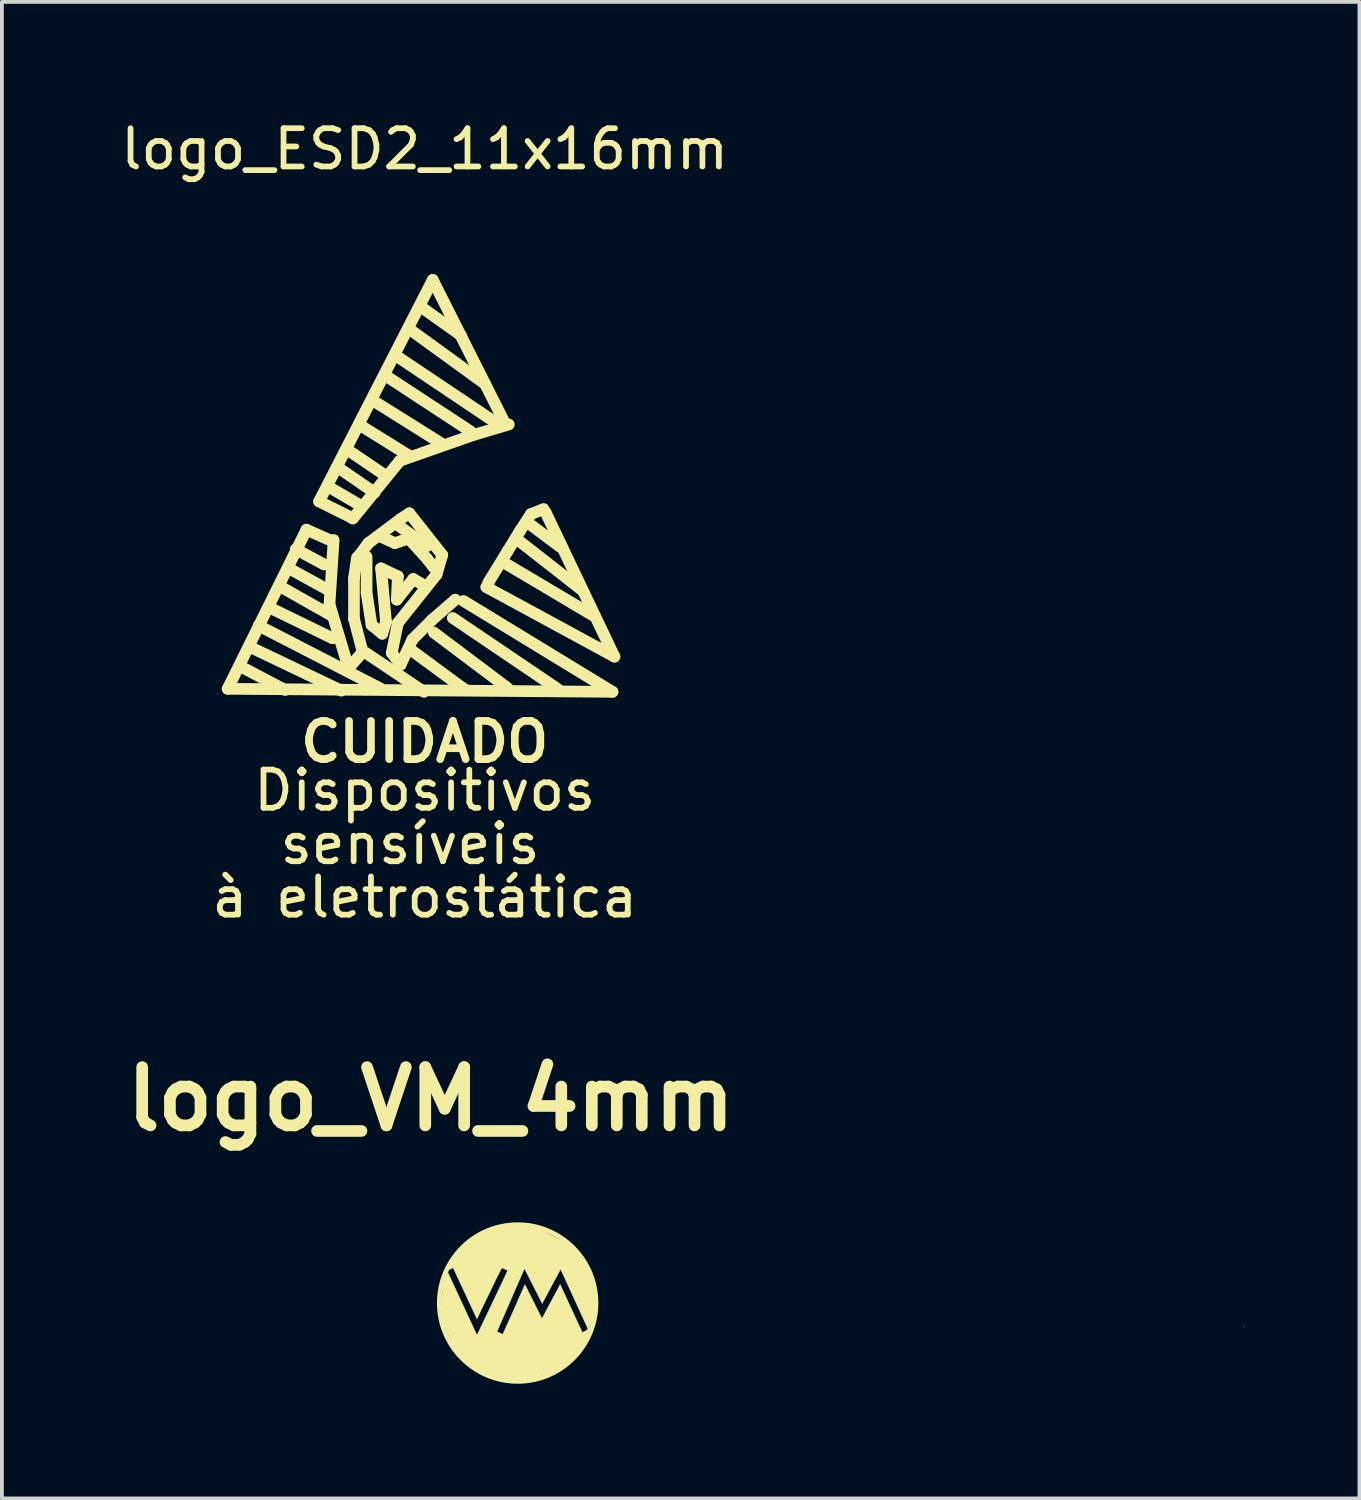
<source format=kicad_pcb>
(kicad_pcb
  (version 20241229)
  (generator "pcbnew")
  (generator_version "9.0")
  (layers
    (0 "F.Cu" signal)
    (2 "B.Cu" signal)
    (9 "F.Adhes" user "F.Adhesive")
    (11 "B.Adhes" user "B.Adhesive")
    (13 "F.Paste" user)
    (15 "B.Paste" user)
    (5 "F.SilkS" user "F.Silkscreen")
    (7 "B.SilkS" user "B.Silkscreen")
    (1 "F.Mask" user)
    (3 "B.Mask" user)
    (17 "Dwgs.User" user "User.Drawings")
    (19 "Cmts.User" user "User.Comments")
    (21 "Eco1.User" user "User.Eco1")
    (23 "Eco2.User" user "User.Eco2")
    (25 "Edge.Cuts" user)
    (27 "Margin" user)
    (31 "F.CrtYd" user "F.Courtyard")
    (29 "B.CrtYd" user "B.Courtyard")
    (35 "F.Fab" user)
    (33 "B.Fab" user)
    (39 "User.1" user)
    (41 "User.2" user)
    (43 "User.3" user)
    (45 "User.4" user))
  (footprint "logo_ESD2_11x16mm"
    (layer "F.Cu")
    (at 8.054 11.648)
    (property "Reference" "logo_ESD2_11x16mm" (at 0 -10.8 0) (layer "F.SilkS") (effects (font (size 1 1) (thickness 0.15))))
    (attr exclude_from_pos_files exclude_from_bom)
    (fp_line (start -2.41 1.991) (end -2.38 1.991) (stroke (width 0.305) (type solid)) (layer "F.Cu"))
    (fp_line (start -1.9 -1.158) (end -1.869 -1.158) (stroke (width 0.305) (type solid)) (layer "F.Cu"))
    (fp_line (start -1.77 -0.119) (end -1.72 -0.168) (stroke (width 0.305) (type solid)) (layer "F.Cu"))
    (fp_line (start -1.311 -1.819) (end -1.311 -1.839) (stroke (width 0.305) (type solid)) (layer "F.Cu"))
    (fp_line (start -0.45 -2.809) (end -0.419 -2.809) (stroke (width 0.305) (type solid)) (layer "F.Cu"))
    (fp_line (start 1.021 3.312) (end 1.049 3.312) (stroke (width 0.305) (type solid)) (layer "F.Cu"))
    (fp_line (start 1.61 0.653) (end 1.679 0.622) (stroke (width 0.305) (type solid)) (layer "F.Cu"))
    (fp_line (start -5.151 3.312) (end 4.91 3.391) (stroke (width 0.305) (type solid)) (layer "F.SilkS"))
    (fp_line (start -4.77 2.751) (end -3.65 3.343) (stroke (width 0.305) (type solid)) (layer "F.SilkS"))
    (fp_line (start -4.559 2.223) (end -2.179 3.36) (stroke (width 0.305) (type solid)) (layer "F.SilkS"))
    (fp_line (start -4.341 1.661) (end -1.14 3.312) (stroke (width 0.305) (type solid)) (layer "F.SilkS"))
    (fp_line (start -4.031 1.201) (end -2.41 1.991) (stroke (width 0.305) (type solid)) (layer "F.SilkS"))
    (fp_line (start -3.749 0.653) (end -2.461 1.382) (stroke (width 0.305) (type solid)) (layer "F.SilkS"))
    (fp_line (start -3.551 0.163) (end -2.479 0.752) (stroke (width 0.305) (type solid)) (layer "F.SilkS"))
    (fp_line (start -3.371 -0.338) (end -2.629 0.061) (stroke (width 0.305) (type solid)) (layer "F.SilkS"))
    (fp_line (start -3.091 -0.848) (end -5.151 3.312) (stroke (width 0.305) (type solid)) (layer "F.SilkS"))
    (fp_line (start -2.761 -1.587) (end -1.9 -1.158) (stroke (width 0.305) (type solid)) (layer "F.SilkS"))
    (fp_line (start -2.51 -1.968) (end -1.689 -1.488) (stroke (width 0.305) (type solid)) (layer "F.SilkS"))
    (fp_line (start -2.489 1.102) (end -1.991 2.771) (stroke (width 0.305) (type solid)) (layer "F.SilkS"))
    (fp_line (start -2.461 -0.569) (end -3.091 -0.848) (stroke (width 0.305) (type solid)) (layer "F.SilkS"))
    (fp_line (start -2.38 -0.579) (end -2.489 1.102) (stroke (width 0.305) (type solid)) (layer "F.SilkS"))
    (fp_line (start -2.23 -2.449) (end -1.311 -1.819) (stroke (width 0.305) (type solid)) (layer "F.SilkS"))
    (fp_line (start -2.05 -2.959) (end -1.031 -2.268) (stroke (width 0.305) (type solid)) (layer "F.SilkS"))
    (fp_line (start -1.991 2.771) (end -1.621 2.352) (stroke (width 0.305) (type solid)) (layer "F.SilkS"))
    (fp_line (start -1.849 0.422) (end -1.77 -0.119) (stroke (width 0.305) (type solid)) (layer "F.SilkS"))
    (fp_line (start -1.849 1.481) (end -1.849 0.422) (stroke (width 0.305) (type solid)) (layer "F.SilkS"))
    (fp_line (start -1.72 -3.599) (end -0.45 -2.809) (stroke (width 0.305) (type solid)) (layer "F.SilkS"))
    (fp_line (start -1.72 -0.168) (end -1.471 -0.498) (stroke (width 0.305) (type solid)) (layer "F.SilkS"))
    (fp_line (start -1.621 2.352) (end -1.849 1.481) (stroke (width 0.305) (type solid)) (layer "F.SilkS"))
    (fp_line (start -1.539 2.372) (end -0.02 3.391) (stroke (width 0.305) (type solid)) (layer "F.SilkS"))
    (fp_line (start -1.519 -0.14) (end -1.519 0.803) (stroke (width 0.305) (type solid)) (layer "F.SilkS"))
    (fp_line (start -1.519 0.803) (end -1.389 1.641) (stroke (width 0.305) (type solid)) (layer "F.SilkS"))
    (fp_line (start -1.471 -0.498) (end -0.63 -1.128) (stroke (width 0.305) (type solid)) (layer "F.SilkS"))
    (fp_line (start -1.389 1.641) (end -1.11 1.872) (stroke (width 0.305) (type solid)) (layer "F.SilkS"))
    (fp_line (start -1.359 -4.229) (end 0.46 -3.089) (stroke (width 0.305) (type solid)) (layer "F.SilkS"))
    (fp_line (start -1.14 0.163) (end -0.701 0.371) (stroke (width 0.305) (type solid)) (layer "F.SilkS"))
    (fp_line (start -1.11 -0.648) (end -0.78 -0.498) (stroke (width 0.305) (type solid)) (layer "F.SilkS"))
    (fp_line (start -1.11 1.872) (end -1.011 1.562) (stroke (width 0.305) (type solid)) (layer "F.SilkS"))
    (fp_line (start -1.011 -4.869) (end 1.199 -3.419) (stroke (width 0.305) (type solid)) (layer "F.SilkS"))
    (fp_line (start -1.011 1.562) (end -1.14 0.163) (stroke (width 0.305) (type solid)) (layer "F.SilkS"))
    (fp_line (start -0.861 2.372) (end -0.63 2.682) (stroke (width 0.305) (type solid)) (layer "F.SilkS"))
    (fp_line (start -0.78 -0.498) (end -0.419 -0.617) (stroke (width 0.305) (type solid)) (layer "F.SilkS"))
    (fp_line (start -0.749 -5.397) (end 1.859 -3.647) (stroke (width 0.305) (type solid)) (layer "F.SilkS"))
    (fp_line (start -0.729 0.98) (end -0.3 0.442) (stroke (width 0.305) (type solid)) (layer "F.SilkS"))
    (fp_line (start -0.701 0.371) (end -0.729 0.98) (stroke (width 0.305) (type solid)) (layer "F.SilkS"))
    (fp_line (start -0.701 1.593) (end -0.861 2.372) (stroke (width 0.305) (type solid)) (layer "F.SilkS"))
    (fp_line (start -0.65 -2.649) (end -1.88 -1.138) (stroke (width 0.305) (type solid)) (layer "F.SilkS"))
    (fp_line (start -0.65 -0.93) (end 0.061 -0.419) (stroke (width 0.305) (type solid)) (layer "F.SilkS"))
    (fp_line (start -0.63 -1.128) (end -0.401 -1.278) (stroke (width 0.305) (type solid)) (layer "F.SilkS"))
    (fp_line (start -0.63 2.682) (end -0.32 2.022) (stroke (width 0.305) (type solid)) (layer "F.SilkS"))
    (fp_line (start -0.419 -0.617) (end 0.061 -0.089) (stroke (width 0.305) (type solid)) (layer "F.SilkS"))
    (fp_line (start -0.401 -1.278) (end 0.46 -0.188) (stroke (width 0.305) (type solid)) (layer "F.SilkS"))
    (fp_line (start -0.351 -6.058) (end 1.58 -4.658) (stroke (width 0.305) (type solid)) (layer "F.SilkS"))
    (fp_line (start -0.351 2.301) (end 1.021 3.312) (stroke (width 0.305) (type solid)) (layer "F.SilkS"))
    (fp_line (start -0.32 2.022) (end 0.191 1.511) (stroke (width 0.305) (type solid)) (layer "F.SilkS"))
    (fp_line (start -0.3 0.442) (end -0.071 0.572) (stroke (width 0.305) (type solid)) (layer "F.SilkS"))
    (fp_line (start -0.089 -6.668) (end 0.95 -5.928) (stroke (width 0.305) (type solid)) (layer "F.SilkS"))
    (fp_line (start 0.061 -0.089) (end 0.239 0.142) (stroke (width 0.305) (type solid)) (layer "F.SilkS"))
    (fp_line (start 0.191 1.511) (end 0.8 0.98) (stroke (width 0.305) (type solid)) (layer "F.SilkS"))
    (fp_line (start 0.211 -7.379) (end -2.761 -1.587) (stroke (width 0.305) (type solid)) (layer "F.SilkS"))
    (fp_line (start 0.239 1.841) (end 2.169 3.292) (stroke (width 0.305) (type solid)) (layer "F.SilkS"))
    (fp_line (start 0.31 0.323) (end -0.701 1.593) (stroke (width 0.305) (type solid)) (layer "F.SilkS"))
    (fp_line (start 0.46 -0.188) (end 0.31 0.323) (stroke (width 0.305) (type solid)) (layer "F.SilkS"))
    (fp_line (start 0.734 1.46) (end 3.472 3.312) (stroke (width 0.305) (type solid)) (layer "F.SilkS"))
    (fp_line (start 1.25 -3.317) (end -0.65 -2.649) (stroke (width 0.305) (type solid)) (layer "F.SilkS"))
    (fp_line (start 1.659 0.541) (end 2.169 -0.29) (stroke (width 0.305) (type solid)) (layer "F.SilkS"))
    (fp_line (start 2.09 -3.647) (end 0.211 -7.379) (stroke (width 0.305) (type solid)) (layer "F.SilkS"))
    (fp_line (start 2.121 0.041) (end 4.379 1.382) (stroke (width 0.305) (type solid)) (layer "F.SilkS"))
    (fp_line (start 2.169 -0.29) (end 2.499 -0.828) (stroke (width 0.305) (type solid)) (layer "F.SilkS"))
    (fp_line (start 2.2 -3.599) (end 1.25 -3.317) (stroke (width 0.305) (type solid)) (layer "F.SilkS"))
    (fp_line (start 2.451 -0.569) (end 4.1 0.721) (stroke (width 0.305) (type solid)) (layer "F.SilkS"))
    (fp_line (start 2.499 -0.828) (end 2.779 -1.257) (stroke (width 0.305) (type solid)) (layer "F.SilkS"))
    (fp_line (start 2.7 -1.029) (end 3.541 -0.399) (stroke (width 0.305) (type solid)) (layer "F.SilkS"))
    (fp_line (start 2.779 -1.257) (end 3.109 -1.389) (stroke (width 0.305) (type solid)) (layer "F.SilkS"))
    (fp_line (start 3.16 -1.308) (end 4.961 2.471) (stroke (width 0.305) (type solid)) (layer "F.SilkS"))
    (fp_line (start 4.91 3.391) (end 1.016 1.016) (stroke (width 0.305) (type solid)) (layer "F.SilkS"))
    (fp_line (start 4.961 2.471) (end 1.61 0.653) (stroke (width 0.305) (type solid)) (layer "F.SilkS"))
    (fp_text user "Dispositivos" (at 0 5.969 0) (layer "F.SilkS") (effects (font (size 1 1) (thickness 0.15))))
    (fp_text user "sensíveis " (at 0 7.366 0) (layer "F.SilkS") (effects (font (size 1 1) (thickness 0.15))))
    (fp_text user "CUIDADO" (at 0 4.699 0) (layer "F.SilkS") (effects (font (size 1 1) (thickness 0.2))))
    (fp_text user "à eletrostática" (at 0 8.763 0) (layer "F.SilkS") (effects (font (size 1 1) (thickness 0.15)))))
  (footprint "logo_VM_4mm"
    (layer "F.Cu")
    (at 8.215 28.734)
    (property "Reference" "logo_VM_4mm" (at 0 -3.048 0) (layer "F.SilkS") (effects (font (size 1.524 1.524) (thickness 0.305))))
    (attr exclude_from_pos_files exclude_from_bom)
    (fp_line (start 0.247 1.89) (end 0.605 3.443) (stroke (width 0.031) (type solid)) (layer "F.SilkS"))
    (fp_line (start 0.305 2.184) (end 0.356 2.769) (stroke (width 0.12) (type solid)) (layer "F.SilkS"))
    (fp_line (start 0.356 1.778) (end 0.356 2.134) (stroke (width 0.12) (type solid)) (layer "F.SilkS"))
    (fp_line (start 0.356 2.134) (end 0.305 2.184) (stroke (width 0.12) (type solid)) (layer "F.SilkS"))
    (fp_line (start 0.356 2.769) (end 0.686 3.454) (stroke (width 0.12) (type solid)) (layer "F.SilkS"))
    (fp_line (start 0.381 2.667) (end 1.041 3.835) (stroke (width 0.12) (type solid)) (layer "F.SilkS"))
    (fp_line (start 0.406 2.159) (end 0.508 2.946) (stroke (width 0.12) (type solid)) (layer "F.SilkS"))
    (fp_line (start 0.508 2.946) (end 0.381 2.667) (stroke (width 0.12) (type solid)) (layer "F.SilkS"))
    (fp_line (start 0.605 3.443) (end 1.957 4.287) (stroke (width 0.031) (type solid)) (layer "F.SilkS"))
    (fp_line (start 0.686 3.454) (end 0.406 2.159) (stroke (width 0.12) (type solid)) (layer "F.SilkS"))
    (fp_line (start 1.041 3.835) (end 1.422 4.039) (stroke (width 0.12) (type solid)) (layer "F.SilkS"))
    (fp_line (start 1.422 4.039) (end 1.676 4.115) (stroke (width 0.12) (type solid)) (layer "F.SilkS"))
    (fp_line (start 1.676 4.115) (end 1.905 4.216) (stroke (width 0.12) (type solid)) (layer "F.SilkS"))
    (fp_line (start 1.803 0.356) (end 1.346 0.483) (stroke (width 0.12) (type solid)) (layer "F.SilkS"))
    (fp_line (start 1.905 4.216) (end 1.981 4.242) (stroke (width 0.12) (type solid)) (layer "F.SilkS"))
    (fp_line (start 1.957 4.287) (end 3.51 3.928) (stroke (width 0.031) (type solid)) (layer "F.SilkS"))
    (fp_line (start 1.981 4.242) (end 1.549 4.115) (stroke (width 0.12) (type solid)) (layer "F.SilkS"))
    (fp_line (start 2.235 0.305) (end 1.803 0.356) (stroke (width 0.12) (type solid)) (layer "F.SilkS"))
    (fp_line (start 2.997 4.089) (end 2.692 4.191) (stroke (width 0.12) (type solid)) (layer "F.SilkS"))
    (fp_line (start 3.327 3.962) (end 2.997 4.089) (stroke (width 0.12) (type solid)) (layer "F.SilkS"))
    (fp_line (start 3.454 3.861) (end 3.327 3.962) (stroke (width 0.12) (type solid)) (layer "F.SilkS"))
    (fp_line (start 3.835 1.092) (end 4.039 1.397) (stroke (width 0.12) (type solid)) (layer "F.SilkS"))
    (fp_line (start 3.835 3.48) (end 4.166 2.972) (stroke (width 0.12) (type solid)) (layer "F.SilkS"))
    (fp_line (start 4.039 1.397) (end 4.166 1.778) (stroke (width 0.12) (type solid)) (layer "F.SilkS"))
    (fp_line (start 4.166 1.778) (end 4.166 1.829) (stroke (width 0.12) (type solid)) (layer "F.SilkS"))
    (fp_circle (center 2.27 2.286) (end 2.54 0.254) (stroke (width 0.12) (type solid)) (fill no) (layer "F.SilkS"))
    (fp_poly (pts (xy 21.256 2.915) (xy 21.261 2.894) (xy 21.28 2.935) (xy 21.256 2.915)) (stroke (width 0) (type solid)) (fill yes) (layer "F.SilkS"))
    (fp_poly (pts (xy 2.113 4.316) (xy 2.174 2.453) (xy 2.46 1.803) (xy 2.683 2.247) (xy 2.905 2.692) (xy 3.143 2.247) (xy 3.381 1.802) (xy 3.67 2.427) (xy 3.96 3.053) (xy 4.039 3.021) (xy 4.115 2.975) (xy 3.394 1.401) (xy 3.152 1.847) (xy 2.911 2.298) (xy 2.679 1.838) (xy 2.448 1.383) (xy 1.728 3.036) (xy 1.881 3.103) (xy 2.174 2.453) (xy 2.113 4.316) (xy 0.755 3.703) (xy 1.186 3.085) (xy 1.208 3.122) (xy 1.292 2.947) (xy 1.895 1.681) (xy 2.008 1.437) (xy 1.93 1.396) (xy 1.855 1.367) (xy 1.723 1.626) (xy 1.311 2.478) (xy 1.206 2.703) (xy 0.896 2.036) (xy 0.582 1.364) (xy 0.423 1.438) (xy 0.797 2.247) (xy 1.186 3.085) (xy 0.755 3.703) (xy 0.305 1.575) (xy 1.016 0.61) (xy 2.565 0.203) (xy 3.734 0.813) (xy 4.242 1.93) (xy 4.369 2.489) (xy 3.701 3.773) (xy 2.497 4.307) (xy 2.114 4.316) (xy 2.113 4.316)) (stroke (width 0.011) (type solid)) (fill yes) (layer "F.SilkS")))
  (gr_rect
    (start -3 -3)
    (end 32.495 36.13)
    (stroke (width 0.1) (type default))
    (fill no)
    (layer "Edge.Cuts")))
</source>
